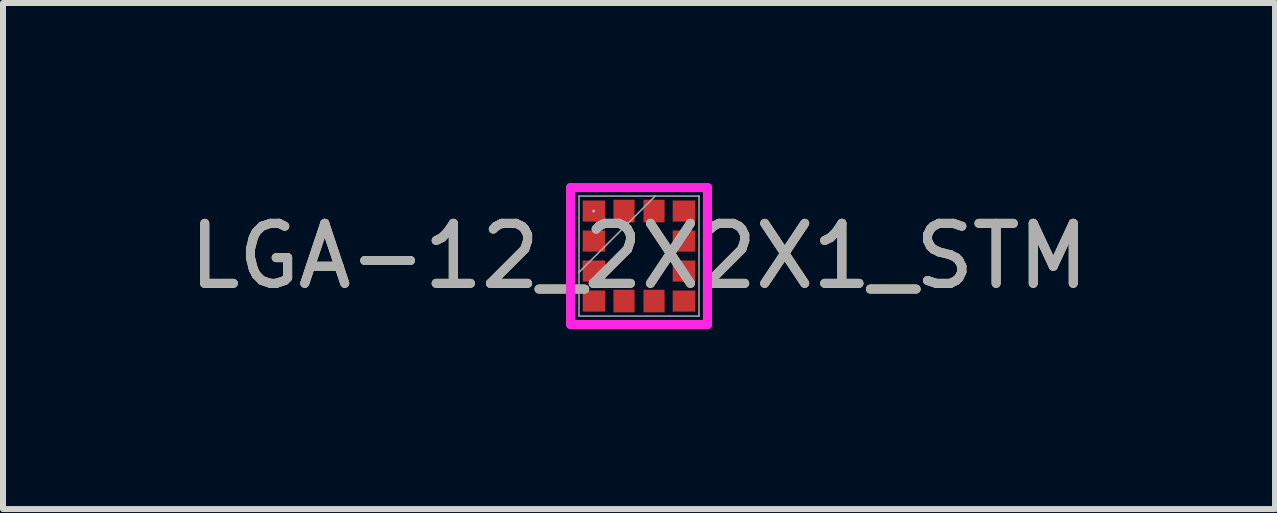
<source format=kicad_pcb>
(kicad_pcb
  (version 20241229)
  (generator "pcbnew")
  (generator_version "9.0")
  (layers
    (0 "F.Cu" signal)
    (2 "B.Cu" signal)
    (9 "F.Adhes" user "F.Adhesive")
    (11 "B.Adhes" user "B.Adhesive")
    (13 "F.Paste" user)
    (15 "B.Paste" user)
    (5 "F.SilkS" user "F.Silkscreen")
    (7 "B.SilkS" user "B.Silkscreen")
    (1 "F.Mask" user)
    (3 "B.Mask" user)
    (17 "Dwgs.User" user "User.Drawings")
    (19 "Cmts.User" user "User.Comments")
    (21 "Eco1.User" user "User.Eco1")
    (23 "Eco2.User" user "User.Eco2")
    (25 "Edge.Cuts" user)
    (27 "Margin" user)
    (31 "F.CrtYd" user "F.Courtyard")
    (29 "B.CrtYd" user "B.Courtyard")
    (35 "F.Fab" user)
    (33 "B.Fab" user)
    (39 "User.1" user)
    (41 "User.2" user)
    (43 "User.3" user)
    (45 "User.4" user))
  (footprint "LGA-12_2X2X1_STM"
    (layer "F.Cu")
    (at 7.601 1.218)
    (property "Reference" "LGA-12_2X2X1_STM" (at 0 0 0) (unlocked yes) (layer "F.SilkS") (effects (font (size 1 1) (thickness 0.15))))
    (attr smd)
    (fp_line (start -1.141 -1.141) (end 1.141 -1.141) (stroke (width 0.152) (type solid)) (layer "F.CrtYd"))
    (fp_line (start -1.141 1.141) (end -1.141 -1.141) (stroke (width 0.152) (type solid)) (layer "F.CrtYd"))
    (fp_line (start 1.141 -1.141) (end 1.141 1.141) (stroke (width 0.152) (type solid)) (layer "F.CrtYd"))
    (fp_line (start 1.141 1.141) (end -1.141 1.141) (stroke (width 0.152) (type solid)) (layer "F.CrtYd"))
    (fp_line (start -1 -1) (end -1 1) (stroke (width 0.025) (type solid)) (layer "F.Fab"))
    (fp_line (start -1 0.27) (end 0.27 -1) (stroke (width 0.025) (type solid)) (layer "F.Fab"))
    (fp_line (start -1 1) (end 1 1) (stroke (width 0.025) (type solid)) (layer "F.Fab"))
    (fp_line (start 1 -1) (end -1 -1) (stroke (width 0.025) (type solid)) (layer "F.Fab"))
    (fp_line (start 1 1) (end 1 -1) (stroke (width 0.025) (type solid)) (layer "F.Fab"))
    (fp_circle (center -0.756 -0.75) (end -0.756 -0.75) (stroke (width 0.025) (type solid)) (fill no) (layer "F.Fab"))
    (fp_text user "${REFERENCE}" (at 0 0 0) (unlocked yes) (layer "F.Fab") (effects (font (size 1 1) (thickness 0.15))))
    (pad "1" smd rect (at -0.75 -0.75) (size 0.377 0.352) (layers "F.Cu" "F.Mask" "F.Paste"))
    (pad "2" smd rect (at -0.75 -0.25) (size 0.377 0.352) (layers "F.Cu" "F.Mask" "F.Paste"))
    (pad "3" smd rect (at -0.75 0.25) (size 0.377 0.352) (layers "F.Cu" "F.Mask" "F.Paste"))
    (pad "4" smd rect (at -0.75 0.75) (size 0.377 0.352) (layers "F.Cu" "F.Mask" "F.Paste"))
    (pad "5" smd rect (at -0.25 0.75 90) (size 0.377 0.352) (layers "F.Cu" "F.Mask" "F.Paste"))
    (pad "6" smd rect (at 0.25 0.75 90) (size 0.377 0.352) (layers "F.Cu" "F.Mask" "F.Paste"))
    (pad "7" smd rect (at 0.75 0.75) (size 0.377 0.352) (layers "F.Cu" "F.Mask" "F.Paste"))
    (pad "8" smd rect (at 0.75 0.25) (size 0.377 0.352) (layers "F.Cu" "F.Mask" "F.Paste"))
    (pad "9" smd rect (at 0.75 -0.25) (size 0.377 0.352) (layers "F.Cu" "F.Mask" "F.Paste"))
    (pad "10" smd rect (at 0.75 -0.75) (size 0.377 0.352) (layers "F.Cu" "F.Mask" "F.Paste"))
    (pad "11" smd rect (at 0.25 -0.75 90) (size 0.377 0.352) (layers "F.Cu" "F.Mask" "F.Paste"))
    (pad "12" smd rect (at -0.25 -0.75 90) (size 0.377 0.352) (layers "F.Cu" "F.Mask" "F.Paste")))
  (gr_rect
    (start -3 -3)
    (end 18.202 5.435)
    (stroke (width 0.1) (type default))
    (fill no)
    (layer "Edge.Cuts")))
</source>
